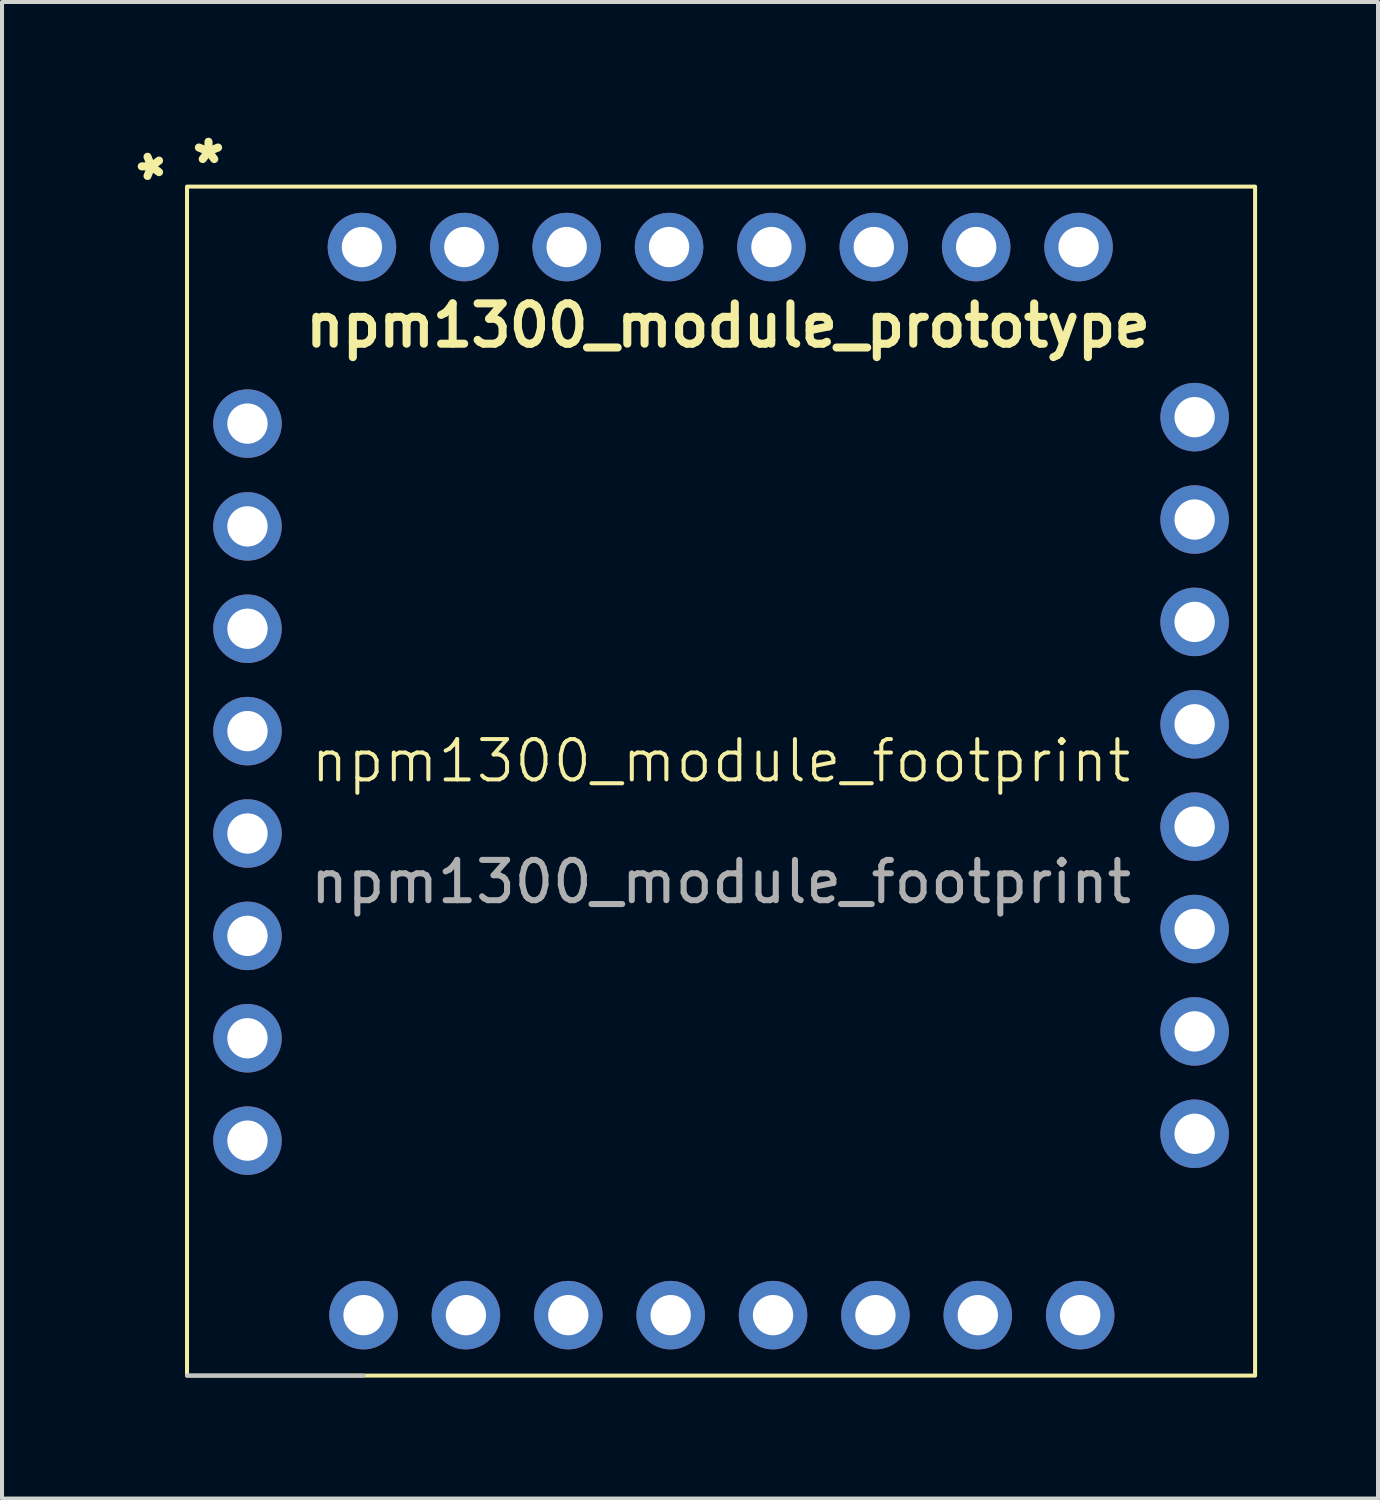
<source format=kicad_pcb>
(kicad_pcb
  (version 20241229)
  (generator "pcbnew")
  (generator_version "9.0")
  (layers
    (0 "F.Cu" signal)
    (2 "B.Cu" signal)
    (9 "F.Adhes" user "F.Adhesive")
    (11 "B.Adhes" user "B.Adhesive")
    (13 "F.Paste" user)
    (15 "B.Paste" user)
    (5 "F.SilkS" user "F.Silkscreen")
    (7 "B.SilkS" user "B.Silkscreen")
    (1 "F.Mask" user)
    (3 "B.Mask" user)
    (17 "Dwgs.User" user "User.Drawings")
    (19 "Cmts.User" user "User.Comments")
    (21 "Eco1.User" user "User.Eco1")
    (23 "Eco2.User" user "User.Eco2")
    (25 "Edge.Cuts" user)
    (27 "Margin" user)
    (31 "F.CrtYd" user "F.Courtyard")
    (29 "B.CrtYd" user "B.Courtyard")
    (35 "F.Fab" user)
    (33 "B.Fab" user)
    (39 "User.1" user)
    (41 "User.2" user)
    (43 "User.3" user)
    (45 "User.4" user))
  (footprint "npm1300_module_footprint"
    (layer "F.Cu")
    (at 14.84 16.33)
    (property "Reference" "npm1300_module_footprint" (at 0 -0.5 0) (unlocked yes) (layer "F.SilkS") (effects (font (size 1 1) (thickness 0.1))))
    (attr smd)
    (fp_rect (start -13.25 -14.75) (end 13.25 14.75) (stroke (width 0.1) (type solid)) (fill no) (layer "F.SilkS"))
    (fp_line (start -13.25 14.75) (end -8.87 14.75) (stroke (width 0.1) (type default)) (layer "Dwgs.User"))
    (fp_text user "*" (at -13.24 -14.74 90) (unlocked yes) (layer "F.SilkS") (effects (font (size 1 1) (thickness 0.2) (bold yes)) (justify left bottom)))
    (fp_text user "*" (at -13.23 -14.73 0) (unlocked yes) (layer "F.SilkS") (effects (font (size 1 1) (thickness 0.2) (bold yes)) (justify left bottom)))
    (fp_text user "npm1300_module_prototype" (at -10.41 -10.72 0) (unlocked yes) (layer "F.SilkS") (effects (font (size 1 1) (thickness 0.2) (bold yes)) (justify left bottom)))
    (fp_text user "${REFERENCE}" (at 0 2.5 0) (unlocked yes) (layer "F.Fab") (effects (font (size 1 1) (thickness 0.15))))
    (pad "1" thru_hole circle (at -8.91 -13.25) (size 1.7 1.7) (drill 1) (layers "*.Cu" "*.Mask"))
    (pad "2" thru_hole circle (at -6.37 -13.25) (size 1.7 1.7) (drill 1) (layers "*.Cu" "*.Mask"))
    (pad "3" thru_hole circle (at -11.75 -8.87) (size 1.7 1.7) (drill 1) (layers "*.Cu" "*.Mask"))
    (pad "4" thru_hole circle (at -11.75 -6.32) (size 1.7 1.7) (drill 1) (layers "*.Cu" "*.Mask"))
    (pad "5" thru_hole circle (at -11.75 -3.78) (size 1.7 1.7) (drill 1) (layers "*.Cu" "*.Mask"))
    (pad "6" thru_hole circle (at -11.75 -1.24) (size 1.7 1.7) (drill 1) (layers "*.Cu" "*.Mask"))
    (pad "7" thru_hole circle (at -11.75 1.3) (size 1.7 1.7) (drill 1) (layers "*.Cu" "*.Mask"))
    (pad "8" thru_hole circle (at -11.75 3.84) (size 1.7 1.7) (drill 1) (layers "*.Cu" "*.Mask"))
    (pad "9" thru_hole circle (at -8.87 13.25) (size 1.7 1.7) (drill 1) (layers "*.Cu" "*.Mask"))
    (pad "10" thru_hole circle (at -6.33 13.25) (size 1.7 1.7) (drill 1) (layers "*.Cu" "*.Mask"))
    (pad "11" thru_hole circle (at -3.79 13.25) (size 1.7 1.7) (drill 1) (layers "*.Cu" "*.Mask"))
    (pad "11" thru_hole circle (at 11.75 8.75) (size 1.7 1.7) (drill 1) (layers "*.Cu" "*.Mask"))
    (pad "12" thru_hole circle (at -1.25 13.25) (size 1.7 1.7) (drill 1) (layers "*.Cu" "*.Mask"))
    (pad "13" thru_hole circle (at 1.29 13.25) (size 1.7 1.7) (drill 1) (layers "*.Cu" "*.Mask"))
    (pad "14" thru_hole circle (at 3.83 13.25) (size 1.7 1.7) (drill 1) (layers "*.Cu" "*.Mask"))
    (pad "15" thru_hole circle (at 6.37 13.25) (size 1.7 1.7) (drill 1) (layers "*.Cu" "*.Mask"))
    (pad "16" thru_hole circle (at 8.91 13.25) (size 1.7 1.7) (drill 1) (layers "*.Cu" "*.Mask"))
    (pad "17" thru_hole circle (at 11.75 -3.95) (size 1.7 1.7) (drill 1) (layers "*.Cu" "*.Mask"))
    (pad "18" thru_hole circle (at 1.25 -13.25) (size 1.7 1.7) (drill 1) (layers "*.Cu" "*.Mask"))
    (pad "19" thru_hole circle (at -1.29 -13.25) (size 1.7 1.7) (drill 1) (layers "*.Cu" "*.Mask"))
    (pad "19" thru_hole circle (at 11.75 -6.49) (size 1.7 1.7) (drill 1) (layers "*.Cu" "*.Mask"))
    (pad "19" thru_hole circle (at 11.75 1.13) (size 1.7 1.7) (drill 1) (layers "*.Cu" "*.Mask"))
    (pad "20" thru_hole circle (at -11.75 6.38) (size 1.7 1.7) (drill 1) (layers "*.Cu" "*.Mask"))
    (pad "20" thru_hole circle (at -11.75 8.92) (size 1.7 1.7) (drill 1) (layers "*.Cu" "*.Mask"))
    (pad "20" thru_hole circle (at -3.83 -13.25) (size 1.7 1.7) (drill 1) (layers "*.Cu" "*.Mask"))
    (pad "20" thru_hole circle (at 3.79 -13.25) (size 1.7 1.7) (drill 1) (layers "*.Cu" "*.Mask"))
    (pad "20" thru_hole circle (at 6.33 -13.25) (size 1.7 1.7) (drill 1) (layers "*.Cu" "*.Mask"))
    (pad "20" thru_hole circle (at 8.87 -13.25) (size 1.7 1.7) (drill 1) (layers "*.Cu" "*.Mask"))
    (pad "20" thru_hole circle (at 11.75 -9.03) (size 1.7 1.7) (drill 1) (layers "*.Cu" "*.Mask"))
    (pad "20" thru_hole circle (at 11.75 -1.41) (size 1.7 1.7) (drill 1) (layers "*.Cu" "*.Mask"))
    (pad "20" thru_hole circle (at 11.75 3.67) (size 1.7 1.7) (drill 1) (layers "*.Cu" "*.Mask"))
    (pad "21" thru_hole circle (at 11.75 6.21) (size 1.7 1.7) (drill 1) (layers "*.Cu" "*.Mask")))
  (gr_rect
    (start -3 -3)
    (end 31.14 34.13)
    (stroke (width 0.1) (type default))
    (fill no)
    (layer "Edge.Cuts")))
</source>
